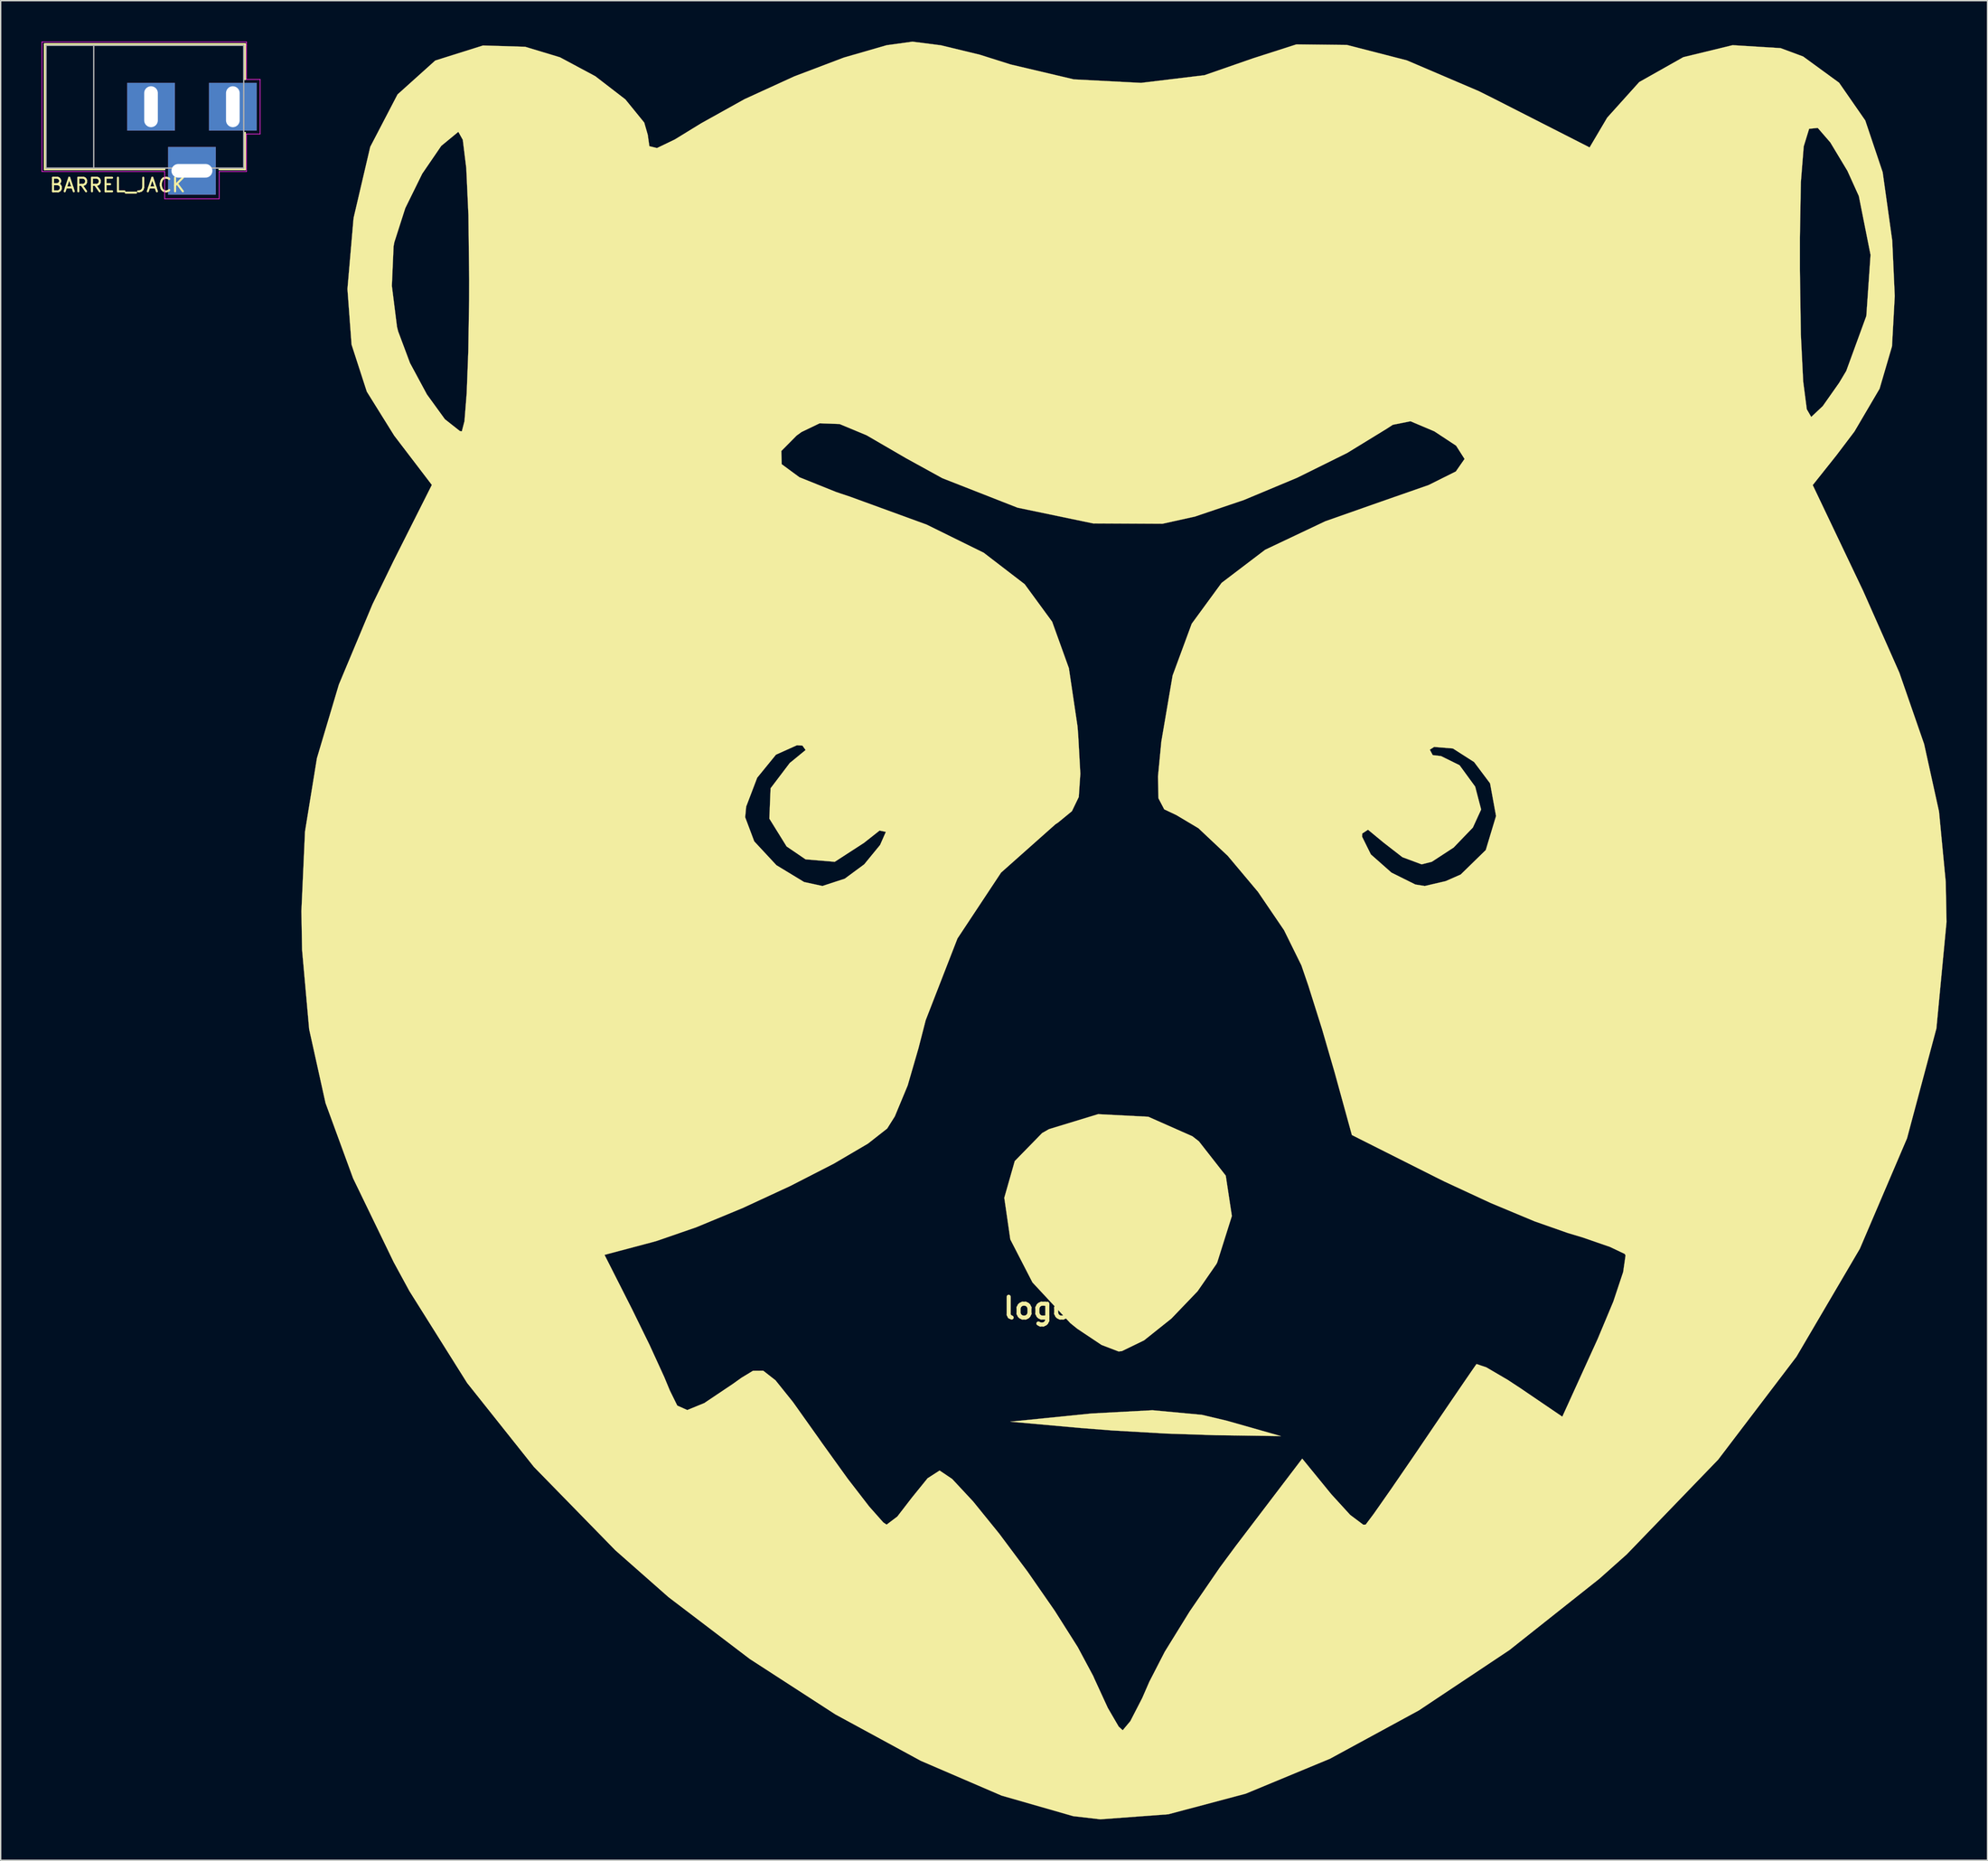
<source format=kicad_pcb>
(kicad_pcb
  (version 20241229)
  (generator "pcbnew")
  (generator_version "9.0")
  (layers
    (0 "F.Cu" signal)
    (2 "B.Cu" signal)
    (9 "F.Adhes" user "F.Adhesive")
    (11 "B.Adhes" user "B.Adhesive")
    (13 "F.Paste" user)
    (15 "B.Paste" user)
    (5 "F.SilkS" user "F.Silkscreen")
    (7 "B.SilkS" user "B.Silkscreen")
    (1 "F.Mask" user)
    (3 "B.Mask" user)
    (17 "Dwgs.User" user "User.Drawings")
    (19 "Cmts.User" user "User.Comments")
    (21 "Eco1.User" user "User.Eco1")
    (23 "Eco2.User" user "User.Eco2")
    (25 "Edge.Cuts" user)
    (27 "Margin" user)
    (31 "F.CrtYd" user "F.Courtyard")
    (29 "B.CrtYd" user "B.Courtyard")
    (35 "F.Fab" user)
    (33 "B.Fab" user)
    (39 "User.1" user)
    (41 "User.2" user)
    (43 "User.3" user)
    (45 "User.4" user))
  (footprint "BARREL_JACK"
    (layer "F.Cu")
    (at 14.025 4.775)
    (property "Reference" "BARREL_JACK" (at -8.45 5.75 180) (layer "F.SilkS") (effects (font (size 1 1) (thickness 0.15))))
    (attr through_hole)
    (fp_line (start -13.8 -4.6) (end 0.9 -4.6) (stroke (width 0.12) (type solid)) (layer "F.SilkS"))
    (fp_line (start -13.8 4.6) (end -13.8 -4.6) (stroke (width 0.12) (type solid)) (layer "F.SilkS"))
    (fp_line (start -5 4.6) (end -13.8 4.6) (stroke (width 0.12) (type solid)) (layer "F.SilkS"))
    (fp_line (start 0.9 -4.6) (end 0.9 -2) (stroke (width 0.12) (type solid)) (layer "F.SilkS"))
    (fp_line (start 0.9 1.9) (end 0.9 4.6) (stroke (width 0.12) (type solid)) (layer "F.SilkS"))
    (fp_line (start 0.9 4.6) (end -1 4.6) (stroke (width 0.12) (type solid)) (layer "F.SilkS"))
    (fp_line (start -14 4.75) (end -14 -4.75) (stroke (width 0.05) (type solid)) (layer "F.CrtYd"))
    (fp_line (start -5 4.75) (end -14 4.75) (stroke (width 0.05) (type solid)) (layer "F.CrtYd"))
    (fp_line (start -5 6.75) (end -5 4.75) (stroke (width 0.05) (type solid)) (layer "F.CrtYd"))
    (fp_line (start -1 4.75) (end -1 6.75) (stroke (width 0.05) (type solid)) (layer "F.CrtYd"))
    (fp_line (start -1 6.75) (end -5 6.75) (stroke (width 0.05) (type solid)) (layer "F.CrtYd"))
    (fp_line (start 1 -4.75) (end -14 -4.75) (stroke (width 0.05) (type solid)) (layer "F.CrtYd"))
    (fp_line (start 1 -4.5) (end 1 -4.75) (stroke (width 0.05) (type solid)) (layer "F.CrtYd"))
    (fp_line (start 1 -4.5) (end 1 -2) (stroke (width 0.05) (type solid)) (layer "F.CrtYd"))
    (fp_line (start 1 -2) (end 2 -2) (stroke (width 0.05) (type solid)) (layer "F.CrtYd"))
    (fp_line (start 1 2) (end 1 4.75) (stroke (width 0.05) (type solid)) (layer "F.CrtYd"))
    (fp_line (start 1 4.75) (end -1 4.75) (stroke (width 0.05) (type solid)) (layer "F.CrtYd"))
    (fp_line (start 2 -2) (end 2 2) (stroke (width 0.05) (type solid)) (layer "F.CrtYd"))
    (fp_line (start 2 2) (end 1 2) (stroke (width 0.05) (type solid)) (layer "F.CrtYd"))
    (fp_line (start -13.7 -4.5) (end -13.7 4.5) (stroke (width 0.1) (type solid)) (layer "F.Fab"))
    (fp_line (start -13.7 4.5) (end 0.8 4.5) (stroke (width 0.1) (type solid)) (layer "F.Fab"))
    (fp_line (start -10.2 -4.5) (end -10.2 4.5) (stroke (width 0.1) (type solid)) (layer "F.Fab"))
    (fp_line (start 0.8 -4.5) (end -13.7 -4.5) (stroke (width 0.1) (type solid)) (layer "F.Fab"))
    (fp_line (start 0.8 4.5) (end 0.8 -4.5) (stroke (width 0.1) (type solid)) (layer "F.Fab"))
    (pad "1" thru_hole rect (at 0 0) (size 3.5 3.5) (drill oval 1 3) (layers "*.Cu" "*.Mask"))
    (pad "2" thru_hole rect (at -6 0) (size 3.5 3.5) (drill oval 1 3) (layers "*.Cu" "*.Mask"))
    (pad "3" thru_hole rect (at -3 4.7) (size 3.5 3.5) (drill oval 3 1) (layers "*.Cu" "*.Mask")))
  (footprint "logo"
    (layer "F.Cu")
    (at 73.03 92.874)
    (property "Reference" "logo" (at 0 0 0) (layer "F.SilkS") (effects (font (size 1.524 1.524) (thickness 0.3))))
    (attr through_hole)
    (fp_poly (pts (xy 12.063 7.822) (xy 13.891 8.254) (xy 17.859 9.383) (xy 13.097 9.317) (xy 9.528 9.2) (xy 5.502 8.969) (xy 3.175 8.788) (xy -1.984 8.324) (xy 3.969 7.724) (xy 8.438 7.485) (xy 12.063 7.822)) (stroke (width 0.01) (type solid)) (fill yes) (layer "F.SilkS"))
    (fp_poly (pts (xy 8.132 -14.036) (xy 11.369 -12.603) (xy 11.845 -12.233) (xy 13.815 -9.716) (xy 14.263 -6.759) (xy 13.189 -3.354) (xy 13.125 -3.23) (xy 11.745 -1.237) (xy 9.827 0.762) (xy 7.825 2.359) (xy 6.195 3.15) (xy 5.953 3.175) (xy 4.703 2.696) (xy 2.919 1.504) (xy 2.414 1.096) (xy -0.361 -1.888) (xy -1.985 -5.04) (xy -2.427 -8.094) (xy -1.66 -10.783) (xy 0.347 -12.839) (xy 0.851 -13.126) (xy 4.454 -14.225) (xy 8.132 -14.036)) (stroke (width 0.01) (type solid)) (fill yes) (layer "F.SilkS"))
    (fp_poly (pts (xy -7.072 -92.602) (xy -4.22 -91.911) (xy -1.957 -91.196) (xy 2.672 -90.104) (xy 7.6 -89.847) (xy 12.255 -90.41) (xy 15.814 -91.647) (xy 18.997 -92.669) (xy 22.697 -92.629) (xy 27.093 -91.498) (xy 32.364 -89.245) (xy 33.455 -88.7) (xy 40.499 -85.113) (xy 41.788 -87.296) (xy 44.139 -89.908) (xy 47.371 -91.731) (xy 50.991 -92.611) (xy 54.504 -92.395) (xy 56.16 -91.78) (xy 58.794 -89.859) (xy 60.714 -87.092) (xy 61.991 -83.295) (xy 62.693 -78.283) (xy 62.877 -74.216) (xy 62.675 -70.527) (xy 61.765 -67.42) (xy 59.921 -64.282) (xy 58.588 -62.522) (xy 56.862 -60.354) (xy 60.557 -52.601) (xy 63.216 -46.596) (xy 65.031 -41.364) (xy 66.123 -36.418) (xy 66.615 -31.271) (xy 66.675 -28.327) (xy 65.932 -20.512) (xy 63.777 -12.454) (xy 60.318 -4.36) (xy 55.666 3.561) (xy 49.93 11.102) (xy 43.22 18.055) (xy 41.214 19.841) (xy 34.614 25.074) (xy 27.968 29.5) (xy 21.46 33.038) (xy 15.275 35.603) (xy 9.6 37.112) (xy 4.618 37.482) (xy 2.624 37.249) (xy -2.626 35.742) (xy -8.547 33.193) (xy -14.811 29.79) (xy -21.088 25.726) (xy -27.052 21.19) (xy -30.948 17.757) (xy -36.926 11.638) (xy -41.821 5.485) (xy -46.052 -1.25) (xy -47.21 -3.379) (xy -47.466 -3.909) (xy -31.746 -3.909) (xy -29.725 0.08) (xy -28.443 2.697) (xy -27.37 5.04) (xy -26.957 6.035) (xy -26.411 7.143) (xy -25.677 7.471) (xy -24.425 6.958) (xy -22.321 5.547) (xy -21.705 5.106) (xy -20.857 4.592) (xy -20.106 4.587) (xy -19.209 5.288) (xy -17.922 6.89) (xy -16.004 9.589) (xy -15.804 9.875) (xy -13.915 12.5) (xy -12.338 14.542) (xy -11.303 15.71) (xy -11.058 15.875) (xy -10.273 15.282) (xy -9.201 13.891) (xy -8.053 12.474) (xy -7.171 11.906) (xy -6.25 12.526) (xy -4.713 14.175) (xy -2.793 16.544) (xy -0.72 19.321) (xy 1.273 22.192) (xy 2.956 24.848) (xy 4.095 26.976) (xy 4.186 27.186) (xy 5.168 29.319) (xy 5.963 30.684) (xy 6.257 30.953) (xy 6.816 30.285) (xy 7.69 28.588) (xy 8.207 27.4) (xy 9.342 25.194) (xy 11.168 22.239) (xy 13.377 19.02) (xy 14.545 17.441) (xy 19.423 11.033) (xy 21.557 13.647) (xy 22.939 15.16) (xy 23.898 15.88) (xy 24.078 15.87) (xy 24.674 15.074) (xy 25.922 13.292) (xy 27.592 10.86) (xy 28.228 9.922) (xy 29.965 7.362) (xy 31.333 5.356) (xy 32.112 4.226) (xy 32.205 4.097) (xy 32.921 4.338) (xy 34.493 5.258) (xy 35.459 5.893) (xy 38.497 7.958) (xy 41.094 2.25) (xy 42.239 -0.485) (xy 42.96 -2.65) (xy 43.135 -3.865) (xy 43.078 -3.976) (xy 41.998 -4.49) (xy 39.974 -5.19) (xy 38.894 -5.514) (xy 36.46 -6.369) (xy 33.243 -7.712) (xy 29.86 -9.282) (xy 29.193 -9.613) (xy 23.065 -12.695) (xy 21.808 -17.261) (xy 20.876 -20.468) (xy 19.873 -23.647) (xy 19.363 -25.136) (xy 18.091 -27.715) (xy 16.175 -30.532) (xy 13.965 -33.164) (xy 12.468 -34.573) (xy 23.812 -34.573) (xy 24.456 -33.272) (xy 25.967 -31.937) (xy 27.717 -31.066) (xy 28.407 -30.956) (xy 29.942 -31.312) (xy 31.046 -31.798) (xy 32.884 -33.592) (xy 33.637 -36.089) (xy 33.199 -38.485) (xy 32.027 -40.047) (xy 30.472 -41.041) (xy 29.095 -41.154) (xy 28.78 -40.951) (xy 28.992 -40.553) (xy 29.605 -40.481) (xy 30.962 -39.811) (xy 32.106 -38.243) (xy 32.544 -36.565) (xy 31.937 -35.242) (xy 30.526 -33.776) (xy 28.927 -32.732) (xy 28.178 -32.544) (xy 26.77 -33.069) (xy 25.4 -34.131) (xy 24.246 -35.084) (xy 23.826 -34.805) (xy 23.812 -34.573) (xy 12.468 -34.573) (xy 11.812 -35.191) (xy 10.197 -36.154) (xy 9.302 -36.579) (xy 8.879 -37.386) (xy 8.844 -38.981) (xy 9.092 -41.556) (xy 9.917 -46.389) (xy 11.319 -50.188) (xy 13.511 -53.184) (xy 16.706 -55.612) (xy 21.118 -57.702) (xy 25.243 -59.153) (xy 28.693 -60.356) (xy 30.689 -61.352) (xy 31.328 -62.271) (xy 30.708 -63.244) (xy 29.114 -64.294) (xy 27.366 -65.034) (xy 26.066 -64.776) (xy 25.605 -64.477) (xy 22.72 -62.71) (xy 19.049 -60.893) (xy 15.145 -59.261) (xy 11.559 -58.047) (xy 9.171 -57.518) (xy 4.09 -57.542) (xy -1.455 -58.698) (xy -6.964 -60.858) (xy -9.645 -62.333) (xy -12.528 -64.008) (xy -14.509 -64.832) (xy -15.972 -64.884) (xy -17.301 -64.244) (xy -17.661 -63.983) (xy -18.779 -62.855) (xy -18.752 -61.884) (xy -17.453 -60.928) (xy -14.758 -59.845) (xy -13.692 -59.486) (xy -8.124 -57.456) (xy -3.936 -55.392) (xy -0.933 -53.087) (xy 1.083 -50.334) (xy 2.31 -46.928) (xy 2.943 -42.661) (xy 2.993 -42.024) (xy 3.15 -39.191) (xy 3.035 -37.482) (xy 2.532 -36.442) (xy 1.524 -35.615) (xy 1.322 -35.481) (xy -2.663 -31.94) (xy -5.861 -27.11) (xy -8.191 -21.12) (xy -8.724 -19.05) (xy -9.514 -16.327) (xy -10.455 -14.065) (xy -11.015 -13.173) (xy -12.428 -12.065) (xy -14.933 -10.595) (xy -18.131 -8.956) (xy -21.627 -7.337) (xy -25.022 -5.931) (xy -27.921 -4.929) (xy -28.375 -4.803) (xy -31.746 -3.909) (xy -47.466 -3.909) (xy -50.185 -9.523) (xy -52.205 -15.039) (xy -53.406 -20.451) (xy -53.926 -26.282) (xy -53.975 -29.114) (xy -53.711 -34.948) (xy -53.541 -35.997) (xy -21.431 -35.997) (xy -20.766 -34.228) (xy -19.141 -32.481) (xy -17.11 -31.248) (xy -15.768 -30.956) (xy -14.127 -31.491) (xy -12.7 -32.544) (xy -11.535 -33.965) (xy -11.113 -34.925) (xy -11.575 -35.021) (xy -12.688 -34.143) (xy -12.7 -34.131) (xy -14.861 -32.73) (xy -17.001 -32.91) (xy -18.392 -33.857) (xy -19.657 -35.896) (xy -19.567 -38.12) (xy -18.15 -39.989) (xy -18.08 -40.039) (xy -16.998 -40.927) (xy -17.233 -41.254) (xy -17.638 -41.275) (xy -19.173 -40.586) (xy -20.549 -38.897) (xy -21.358 -36.777) (xy -21.431 -35.997) (xy -53.541 -35.997) (xy -52.837 -40.328) (xy -51.228 -45.727) (xy -48.76 -51.617) (xy -47.205 -54.816) (xy -44.409 -60.367) (xy -47.168 -63.98) (xy -49.178 -67.206) (xy -50.296 -70.654) (xy -50.598 -74.729) (xy -50.578 -74.966) (xy -47.342 -74.966) (xy -46.964 -71.954) (xy -46.883 -71.631) (xy -46.011 -69.302) (xy -44.77 -66.999) (xy -43.452 -65.183) (xy -42.351 -64.314) (xy -42.21 -64.294) (xy -42.016 -65.04) (xy -41.854 -67.09) (xy -41.736 -70.159) (xy -41.676 -73.964) (xy -41.672 -75.406) (xy -41.707 -78.508) (xy 55.921 -78.508) (xy 55.921 -76.112) (xy 55.991 -71.391) (xy 56.162 -67.957) (xy 56.426 -65.912) (xy 56.751 -65.347) (xy 57.598 -66.145) (xy 58.799 -67.851) (xy 59.32 -68.721) (xy 60.794 -72.756) (xy 61.103 -77.235) (xy 60.243 -81.55) (xy 59.406 -83.397) (xy 58.151 -85.482) (xy 57.231 -86.544) (xy 56.598 -86.481) (xy 56.201 -85.19) (xy 55.992 -82.566) (xy 55.921 -78.508) (xy -41.707 -78.508) (xy -41.726 -80.148) (xy -41.885 -83.604) (xy -42.139 -85.672) (xy -42.466 -86.259) (xy -43.718 -85.228) (xy -45.113 -83.19) (xy -46.357 -80.664) (xy -47.157 -78.169) (xy -47.216 -77.858) (xy -47.342 -74.966) (xy -50.578 -74.966) (xy -50.159 -79.832) (xy -50.139 -79.98) (xy -48.927 -85.156) (xy -46.925 -88.999) (xy -44.159 -91.485) (xy -40.654 -92.588) (xy -37.565 -92.493) (xy -35.013 -91.722) (xy -32.42 -90.333) (xy -30.217 -88.635) (xy -28.833 -86.935) (xy -28.575 -86.04) (xy -28.457 -85.204) (xy -27.898 -85.068) (xy -26.591 -85.696) (xy -24.663 -86.88) (xy -21.477 -88.653) (xy -17.828 -90.323) (xy -14.193 -91.702) (xy -11.05 -92.609) (xy -9.162 -92.869) (xy -7.072 -92.602)) (stroke (width 0.01) (type solid)) (fill yes) (layer "F.SilkS")))
  (gr_rect
    (start -3 -3)
    (end 142.71 133.36)
    (stroke (width 0.1) (type default))
    (fill no)
    (layer "Edge.Cuts")))
</source>
